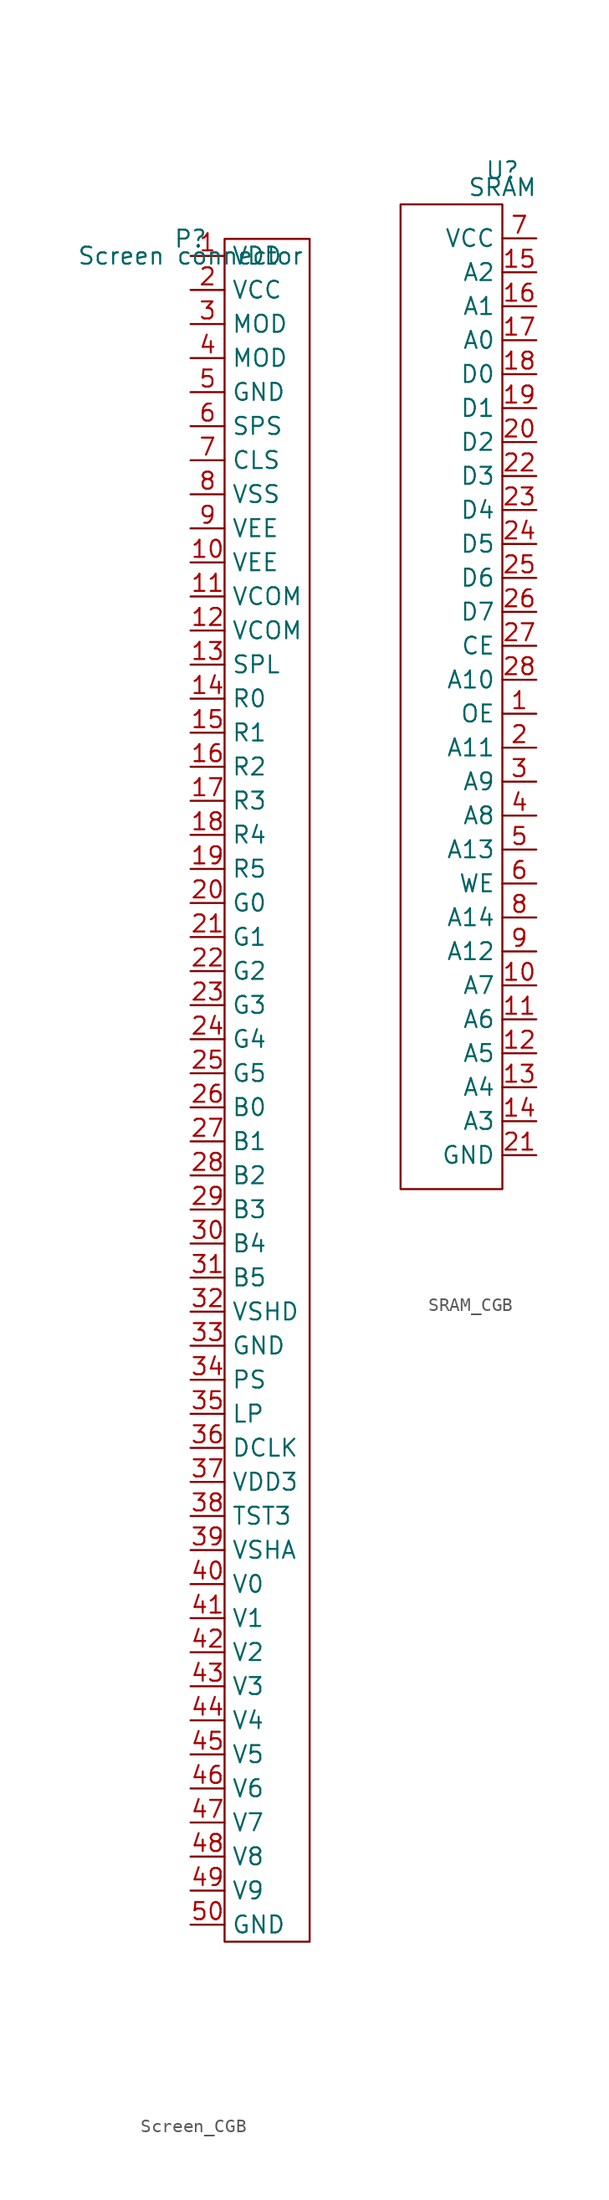
<source format=kicad_sym>
(kicad_symbol_lib
  (version 20220914)
  (generator kicad_symbol_editor)
  (symbol "Screen_CGB"
    (property "Reference" "P"
      (at 0 1.27 0)
      (effects (font (size 1.27 1.27))))
    (property "Value" "Screen connector"
      (at 0 0 0)
      (effects (font (size 1.27 1.27))))
    (symbol "Screen_CGB_0_0"
      (pin unspecified line (at 0 0 0) (length 2.54) (name "VDD" (effects (font (size 1.27 1.27)))) (number "1" (effects (font (size 1.27 1.27)))))
      (pin unspecified line (at 0 -22.86 0) (length 2.54) (name "VEE" (effects (font (size 1.27 1.27)))) (number "10" (effects (font (size 1.27 1.27)))))
      (pin unspecified line (at 0 -25.4 0) (length 2.54) (name "VCOM" (effects (font (size 1.27 1.27)))) (number "11" (effects (font (size 1.27 1.27)))))
      (pin unspecified line (at 0 -27.94 0) (length 2.54) (name "VCOM" (effects (font (size 1.27 1.27)))) (number "12" (effects (font (size 1.27 1.27)))))
      (pin unspecified line (at 0 -30.48 0) (length 2.54) (name "SPL" (effects (font (size 1.27 1.27)))) (number "13" (effects (font (size 1.27 1.27)))))
      (pin unspecified line (at 0 -33.02 0) (length 2.54) (name "R0" (effects (font (size 1.27 1.27)))) (number "14" (effects (font (size 1.27 1.27)))))
      (pin unspecified line (at 0 -35.56 0) (length 2.54) (name "R1" (effects (font (size 1.27 1.27)))) (number "15" (effects (font (size 1.27 1.27)))))
      (pin unspecified line (at 0 -38.1 0) (length 2.54) (name "R2" (effects (font (size 1.27 1.27)))) (number "16" (effects (font (size 1.27 1.27)))))
      (pin unspecified line (at 0 -40.64 0) (length 2.54) (name "R3" (effects (font (size 1.27 1.27)))) (number "17" (effects (font (size 1.27 1.27)))))
      (pin unspecified line (at 0 -43.18 0) (length 2.54) (name "R4" (effects (font (size 1.27 1.27)))) (number "18" (effects (font (size 1.27 1.27)))))
      (pin unspecified line (at 0 -45.72 0) (length 2.54) (name "R5" (effects (font (size 1.27 1.27)))) (number "19" (effects (font (size 1.27 1.27)))))
      (pin unspecified line (at 0 -2.54 0) (length 2.54) (name "VCC" (effects (font (size 1.27 1.27)))) (number "2" (effects (font (size 1.27 1.27)))))
      (pin unspecified line (at 0 -48.26 0) (length 2.54) (name "G0" (effects (font (size 1.27 1.27)))) (number "20" (effects (font (size 1.27 1.27)))))
      (pin unspecified line (at 0 -50.8 0) (length 2.54) (name "G1" (effects (font (size 1.27 1.27)))) (number "21" (effects (font (size 1.27 1.27)))))
      (pin unspecified line (at 0 -53.34 0) (length 2.54) (name "G2" (effects (font (size 1.27 1.27)))) (number "22" (effects (font (size 1.27 1.27)))))
      (pin unspecified line (at 0 -55.88 0) (length 2.54) (name "G3" (effects (font (size 1.27 1.27)))) (number "23" (effects (font (size 1.27 1.27)))))
      (pin unspecified line (at 0 -58.42 0) (length 2.54) (name "G4" (effects (font (size 1.27 1.27)))) (number "24" (effects (font (size 1.27 1.27)))))
      (pin unspecified line (at 0 -60.96 0) (length 2.54) (name "G5" (effects (font (size 1.27 1.27)))) (number "25" (effects (font (size 1.27 1.27)))))
      (pin unspecified line (at 0 -63.5 0) (length 2.54) (name "B0" (effects (font (size 1.27 1.27)))) (number "26" (effects (font (size 1.27 1.27)))))
      (pin unspecified line (at 0 -66.04 0) (length 2.54) (name "B1" (effects (font (size 1.27 1.27)))) (number "27" (effects (font (size 1.27 1.27)))))
      (pin unspecified line (at 0 -68.58 0) (length 2.54) (name "B2" (effects (font (size 1.27 1.27)))) (number "28" (effects (font (size 1.27 1.27)))))
      (pin unspecified line (at 0 -71.12 0) (length 2.54) (name "B3" (effects (font (size 1.27 1.27)))) (number "29" (effects (font (size 1.27 1.27)))))
      (pin unspecified line (at 0 -5.08 0) (length 2.54) (name "MOD" (effects (font (size 1.27 1.27)))) (number "3" (effects (font (size 1.27 1.27)))))
      (pin unspecified line (at 0 -73.66 0) (length 2.54) (name "B4" (effects (font (size 1.27 1.27)))) (number "30" (effects (font (size 1.27 1.27)))))
      (pin unspecified line (at 0 -76.2 0) (length 2.54) (name "B5" (effects (font (size 1.27 1.27)))) (number "31" (effects (font (size 1.27 1.27)))))
      (pin unspecified line (at 0 -78.74 0) (length 2.54) (name "VSHD" (effects (font (size 1.27 1.27)))) (number "32" (effects (font (size 1.27 1.27)))))
      (pin unspecified line (at 0 -81.28 0) (length 2.54) (name "GND" (effects (font (size 1.27 1.27)))) (number "33" (effects (font (size 1.27 1.27)))))
      (pin unspecified line (at 0 -83.82 0) (length 2.54) (name "PS" (effects (font (size 1.27 1.27)))) (number "34" (effects (font (size 1.27 1.27)))))
      (pin unspecified line (at 0 -86.36 0) (length 2.54) (name "LP" (effects (font (size 1.27 1.27)))) (number "35" (effects (font (size 1.27 1.27)))))
      (pin unspecified line (at 0 -88.9 0) (length 2.54) (name "DCLK" (effects (font (size 1.27 1.27)))) (number "36" (effects (font (size 1.27 1.27)))))
      (pin unspecified line (at 0 -91.44 0) (length 2.54) (name "VDD3" (effects (font (size 1.27 1.27)))) (number "37" (effects (font (size 1.27 1.27)))))
      (pin unspecified line (at 0 -93.98 0) (length 2.54) (name "TST3" (effects (font (size 1.27 1.27)))) (number "38" (effects (font (size 1.27 1.27)))))
      (pin unspecified line (at 0 -96.52 0) (length 2.54) (name "VSHA" (effects (font (size 1.27 1.27)))) (number "39" (effects (font (size 1.27 1.27)))))
      (pin unspecified line (at 0 -7.62 0) (length 2.54) (name "MOD" (effects (font (size 1.27 1.27)))) (number "4" (effects (font (size 1.27 1.27)))))
      (pin unspecified line (at 0 -99.06 0) (length 2.54) (name "V0" (effects (font (size 1.27 1.27)))) (number "40" (effects (font (size 1.27 1.27)))))
      (pin unspecified line (at 0 -101.6 0) (length 2.54) (name "V1" (effects (font (size 1.27 1.27)))) (number "41" (effects (font (size 1.27 1.27)))))
      (pin unspecified line (at 0 -104.14 0) (length 2.54) (name "V2" (effects (font (size 1.27 1.27)))) (number "42" (effects (font (size 1.27 1.27)))))
      (pin unspecified line (at 0 -106.68 0) (length 2.54) (name "V3" (effects (font (size 1.27 1.27)))) (number "43" (effects (font (size 1.27 1.27)))))
      (pin unspecified line (at 0 -109.22 0) (length 2.54) (name "V4" (effects (font (size 1.27 1.27)))) (number "44" (effects (font (size 1.27 1.27)))))
      (pin unspecified line (at 0 -111.76 0) (length 2.54) (name "V5" (effects (font (size 1.27 1.27)))) (number "45" (effects (font (size 1.27 1.27)))))
      (pin unspecified line (at 0 -114.3 0) (length 2.54) (name "V6" (effects (font (size 1.27 1.27)))) (number "46" (effects (font (size 1.27 1.27)))))
      (pin unspecified line (at 0 -116.84 0) (length 2.54) (name "V7" (effects (font (size 1.27 1.27)))) (number "47" (effects (font (size 1.27 1.27)))))
      (pin unspecified line (at 0 -119.38 0) (length 2.54) (name "V8" (effects (font (size 1.27 1.27)))) (number "48" (effects (font (size 1.27 1.27)))))
      (pin unspecified line (at 0 -121.92 0) (length 2.54) (name "V9" (effects (font (size 1.27 1.27)))) (number "49" (effects (font (size 1.27 1.27)))))
      (pin unspecified line (at 0 -10.16 0) (length 2.54) (name "GND" (effects (font (size 1.27 1.27)))) (number "5" (effects (font (size 1.27 1.27)))))
      (pin unspecified line (at 0 -124.46 0) (length 2.54) (name "GND" (effects (font (size 1.27 1.27)))) (number "50" (effects (font (size 1.27 1.27)))))
      (pin unspecified line (at 0 -12.7 0) (length 2.54) (name "SPS" (effects (font (size 1.27 1.27)))) (number "6" (effects (font (size 1.27 1.27)))))
      (pin unspecified line (at 0 -15.24 0) (length 2.54) (name "CLS" (effects (font (size 1.27 1.27)))) (number "7" (effects (font (size 1.27 1.27)))))
      (pin unspecified line (at 0 -17.78 0) (length 2.54) (name "VSS" (effects (font (size 1.27 1.27)))) (number "8" (effects (font (size 1.27 1.27)))))
      (pin unspecified line (at 0 -20.32 0) (length 2.54) (name "VEE" (effects (font (size 1.27 1.27)))) (number "9" (effects (font (size 1.27 1.27))))))
    (symbol "Screen_CGB_0_1"
      (rectangle (start 2.54 1.27) (end 8.89 -125.73) (stroke (width 0) (type default)) (fill (type none)))))
  (symbol "SRAM_CGB"
    (property "Reference" "U"
      (at 0 1.27 0)
      (effects (font (size 1.27 1.27))))
    (property "Value" "SRAM"
      (at 0 0 0)
      (effects (font (size 1.27 1.27))))
    (symbol "SRAM_CGB_0_0"
      (pin unspecified line (at 2.54 -39.37 180) (length 2.54) (name "OE" (effects (font (size 1.27 1.27)))) (number "1" (effects (font (size 1.27 1.27)))))
      (pin unspecified line (at 2.54 -59.69 180) (length 2.54) (name "A7" (effects (font (size 1.27 1.27)))) (number "10" (effects (font (size 1.27 1.27)))))
      (pin unspecified line (at 2.54 -62.23 180) (length 2.54) (name "A6" (effects (font (size 1.27 1.27)))) (number "11" (effects (font (size 1.27 1.27)))))
      (pin unspecified line (at 2.54 -64.77 180) (length 2.54) (name "A5" (effects (font (size 1.27 1.27)))) (number "12" (effects (font (size 1.27 1.27)))))
      (pin unspecified line (at 2.54 -67.31 180) (length 2.54) (name "A4" (effects (font (size 1.27 1.27)))) (number "13" (effects (font (size 1.27 1.27)))))
      (pin unspecified line (at 2.54 -69.85 180) (length 2.54) (name "A3" (effects (font (size 1.27 1.27)))) (number "14" (effects (font (size 1.27 1.27)))))
      (pin unspecified line (at 2.54 -6.35 180) (length 2.54) (name "A2" (effects (font (size 1.27 1.27)))) (number "15" (effects (font (size 1.27 1.27)))))
      (pin unspecified line (at 2.54 -8.89 180) (length 2.54) (name "A1" (effects (font (size 1.27 1.27)))) (number "16" (effects (font (size 1.27 1.27)))))
      (pin unspecified line (at 2.54 -11.43 180) (length 2.54) (name "A0" (effects (font (size 1.27 1.27)))) (number "17" (effects (font (size 1.27 1.27)))))
      (pin unspecified line (at 2.54 -13.97 180) (length 2.54) (name "D0" (effects (font (size 1.27 1.27)))) (number "18" (effects (font (size 1.27 1.27)))))
      (pin unspecified line (at 2.54 -16.51 180) (length 2.54) (name "D1" (effects (font (size 1.27 1.27)))) (number "19" (effects (font (size 1.27 1.27)))))
      (pin unspecified line (at 2.54 -41.91 180) (length 2.54) (name "A11" (effects (font (size 1.27 1.27)))) (number "2" (effects (font (size 1.27 1.27)))))
      (pin unspecified line (at 2.54 -19.05 180) (length 2.54) (name "D2" (effects (font (size 1.27 1.27)))) (number "20" (effects (font (size 1.27 1.27)))))
      (pin unspecified line (at 2.54 -72.39 180) (length 2.54) (name "GND" (effects (font (size 1.27 1.27)))) (number "21" (effects (font (size 1.27 1.27)))))
      (pin unspecified line (at 2.54 -21.59 180) (length 2.54) (name "D3" (effects (font (size 1.27 1.27)))) (number "22" (effects (font (size 1.27 1.27)))))
      (pin unspecified line (at 2.54 -24.13 180) (length 2.54) (name "D4" (effects (font (size 1.27 1.27)))) (number "23" (effects (font (size 1.27 1.27)))))
      (pin unspecified line (at 2.54 -26.67 180) (length 2.54) (name "D5" (effects (font (size 1.27 1.27)))) (number "24" (effects (font (size 1.27 1.27)))))
      (pin unspecified line (at 2.54 -29.21 180) (length 2.54) (name "D6" (effects (font (size 1.27 1.27)))) (number "25" (effects (font (size 1.27 1.27)))))
      (pin unspecified line (at 2.54 -31.75 180) (length 2.54) (name "D7" (effects (font (size 1.27 1.27)))) (number "26" (effects (font (size 1.27 1.27)))))
      (pin unspecified line (at 2.54 -34.29 180) (length 2.54) (name "CE" (effects (font (size 1.27 1.27)))) (number "27" (effects (font (size 1.27 1.27)))))
      (pin unspecified line (at 2.54 -36.83 180) (length 2.54) (name "A10" (effects (font (size 1.27 1.27)))) (number "28" (effects (font (size 1.27 1.27)))))
      (pin unspecified line (at 2.54 -44.45 180) (length 2.54) (name "A9" (effects (font (size 1.27 1.27)))) (number "3" (effects (font (size 1.27 1.27)))))
      (pin unspecified line (at 2.54 -46.99 180) (length 2.54) (name "A8" (effects (font (size 1.27 1.27)))) (number "4" (effects (font (size 1.27 1.27)))))
      (pin unspecified line (at 2.54 -49.53 180) (length 2.54) (name "A13" (effects (font (size 1.27 1.27)))) (number "5" (effects (font (size 1.27 1.27)))))
      (pin unspecified line (at 2.54 -52.07 180) (length 2.54) (name "WE" (effects (font (size 1.27 1.27)))) (number "6" (effects (font (size 1.27 1.27)))))
      (pin unspecified line (at 2.54 -3.81 180) (length 2.54) (name "VCC" (effects (font (size 1.27 1.27)))) (number "7" (effects (font (size 1.27 1.27)))))
      (pin unspecified line (at 2.54 -54.61 180) (length 2.54) (name "A14" (effects (font (size 1.27 1.27)))) (number "8" (effects (font (size 1.27 1.27)))))
      (pin unspecified line (at 2.54 -57.15 180) (length 2.54) (name "A12" (effects (font (size 1.27 1.27)))) (number "9" (effects (font (size 1.27 1.27))))))
    (symbol "SRAM_CGB_0_1"
      (rectangle (start -7.62 -1.27) (end 0 -74.93) (stroke (width 0) (type default)) (fill (type none))))))
</source>
